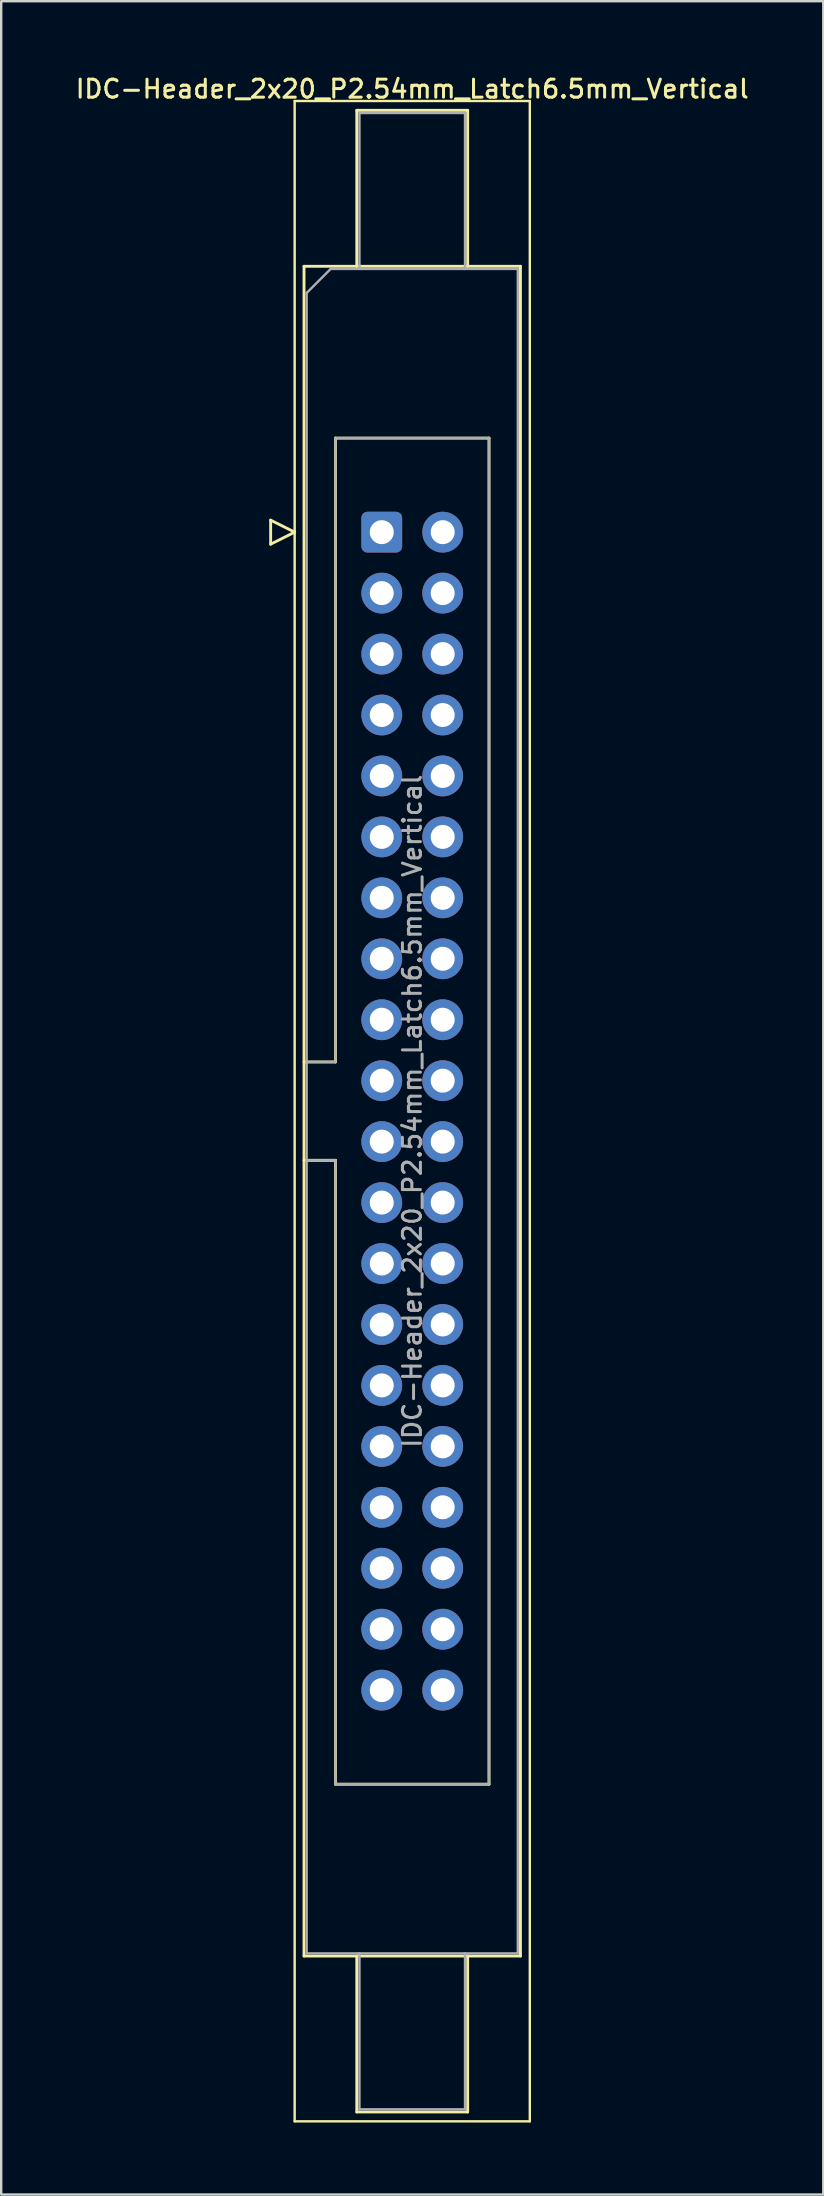
<source format=kicad_pcb>
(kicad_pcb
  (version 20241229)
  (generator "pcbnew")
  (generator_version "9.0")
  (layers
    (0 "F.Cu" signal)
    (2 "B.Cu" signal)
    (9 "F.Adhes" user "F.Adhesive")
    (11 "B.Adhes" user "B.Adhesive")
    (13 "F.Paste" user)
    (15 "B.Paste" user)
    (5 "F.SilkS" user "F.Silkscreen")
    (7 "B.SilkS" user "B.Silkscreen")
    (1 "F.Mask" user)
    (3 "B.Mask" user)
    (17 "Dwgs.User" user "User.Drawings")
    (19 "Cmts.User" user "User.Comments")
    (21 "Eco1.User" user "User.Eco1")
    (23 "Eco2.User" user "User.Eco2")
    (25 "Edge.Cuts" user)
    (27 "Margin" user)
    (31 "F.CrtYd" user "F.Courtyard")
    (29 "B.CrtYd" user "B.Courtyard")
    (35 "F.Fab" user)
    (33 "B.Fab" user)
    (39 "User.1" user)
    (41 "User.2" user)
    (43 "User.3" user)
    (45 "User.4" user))
  (footprint "IDC-Header_2x20_P2.54mm_Latch6.5mm_Vertical"
    (layer "F.Cu")
    (at 12.86 19.128)
    (property "Reference" "IDC-Header_2x20_P2.54mm_Latch6.5mm_Vertical" (at 1.27 -18.47 0) (layer "F.SilkS") (effects (font (size 0.75 0.75) (thickness 0.125))))
    (attr through_hole)
    (fp_line (start -4.63 -0.5) (end -4.63 0.5) (stroke (width 0.12) (type solid)) (layer "F.SilkS"))
    (fp_line (start -4.63 0.5) (end -3.63 0) (stroke (width 0.12) (type solid)) (layer "F.SilkS"))
    (fp_line (start -3.63 -17.97) (end -3.63 66.23) (stroke (width 0.1) (type solid)) (layer "F.SilkS"))
    (fp_line (start -3.63 0) (end -4.63 -0.5) (stroke (width 0.12) (type solid)) (layer "F.SilkS"))
    (fp_line (start -3.63 66.23) (end 6.17 66.23) (stroke (width 0.1) (type solid)) (layer "F.SilkS"))
    (fp_line (start -3.24 -11.08) (end 5.78 -11.08) (stroke (width 0.12) (type solid)) (layer "F.SilkS"))
    (fp_line (start -3.24 22.08) (end -1.93 22.08) (stroke (width 0.12) (type solid)) (layer "F.SilkS"))
    (fp_line (start -3.24 59.34) (end -3.24 -11.08) (stroke (width 0.12) (type solid)) (layer "F.SilkS"))
    (fp_line (start -1.93 -3.92) (end 4.47 -3.92) (stroke (width 0.12) (type solid)) (layer "F.SilkS"))
    (fp_line (start -1.93 22.08) (end -1.93 -3.92) (stroke (width 0.12) (type solid)) (layer "F.SilkS"))
    (fp_line (start -1.93 26.18) (end -3.24 26.18) (stroke (width 0.12) (type solid)) (layer "F.SilkS"))
    (fp_line (start -1.93 26.18) (end -1.93 26.18) (stroke (width 0.12) (type solid)) (layer "F.SilkS"))
    (fp_line (start -1.93 52.18) (end -1.93 26.18) (stroke (width 0.12) (type solid)) (layer "F.SilkS"))
    (fp_line (start -1.04 -17.58) (end 3.58 -17.58) (stroke (width 0.12) (type solid)) (layer "F.SilkS"))
    (fp_line (start -1.04 -11.08) (end -1.04 -17.58) (stroke (width 0.12) (type solid)) (layer "F.SilkS"))
    (fp_line (start -1.04 59.34) (end -1.04 65.84) (stroke (width 0.12) (type solid)) (layer "F.SilkS"))
    (fp_line (start -1.04 65.84) (end 3.58 65.84) (stroke (width 0.12) (type solid)) (layer "F.SilkS"))
    (fp_line (start 3.58 -17.58) (end 3.58 -11.08) (stroke (width 0.12) (type solid)) (layer "F.SilkS"))
    (fp_line (start 3.58 65.84) (end 3.58 59.34) (stroke (width 0.12) (type solid)) (layer "F.SilkS"))
    (fp_line (start 4.47 -3.92) (end 4.47 52.18) (stroke (width 0.12) (type solid)) (layer "F.SilkS"))
    (fp_line (start 4.47 52.18) (end -1.93 52.18) (stroke (width 0.12) (type solid)) (layer "F.SilkS"))
    (fp_line (start 5.78 -11.08) (end 5.78 59.34) (stroke (width 0.12) (type solid)) (layer "F.SilkS"))
    (fp_line (start 5.78 59.34) (end -3.24 59.34) (stroke (width 0.12) (type solid)) (layer "F.SilkS"))
    (fp_line (start 6.17 -17.97) (end -3.63 -17.97) (stroke (width 0.1) (type solid)) (layer "F.SilkS"))
    (fp_line (start 6.17 66.23) (end 6.17 -17.97) (stroke (width 0.1) (type solid)) (layer "F.SilkS"))
    (fp_line (start -3.13 -9.97) (end -2.13 -10.97) (stroke (width 0.1) (type solid)) (layer "F.Fab"))
    (fp_line (start -3.13 22.08) (end -1.93 22.08) (stroke (width 0.1) (type solid)) (layer "F.Fab"))
    (fp_line (start -3.13 59.23) (end -3.13 -9.97) (stroke (width 0.1) (type solid)) (layer "F.Fab"))
    (fp_line (start -2.13 -10.97) (end 5.67 -10.97) (stroke (width 0.1) (type solid)) (layer "F.Fab"))
    (fp_line (start -1.93 -3.92) (end 4.47 -3.92) (stroke (width 0.1) (type solid)) (layer "F.Fab"))
    (fp_line (start -1.93 22.08) (end -1.93 -3.92) (stroke (width 0.1) (type solid)) (layer "F.Fab"))
    (fp_line (start -1.93 26.18) (end -3.13 26.18) (stroke (width 0.1) (type solid)) (layer "F.Fab"))
    (fp_line (start -1.93 26.18) (end -1.93 26.18) (stroke (width 0.1) (type solid)) (layer "F.Fab"))
    (fp_line (start -1.93 52.18) (end -1.93 26.18) (stroke (width 0.1) (type solid)) (layer "F.Fab"))
    (fp_line (start -0.93 -17.47) (end 3.47 -17.47) (stroke (width 0.1) (type solid)) (layer "F.Fab"))
    (fp_line (start -0.93 -10.97) (end -0.93 -17.47) (stroke (width 0.1) (type solid)) (layer "F.Fab"))
    (fp_line (start -0.93 59.23) (end -0.93 65.73) (stroke (width 0.1) (type solid)) (layer "F.Fab"))
    (fp_line (start -0.93 65.73) (end 3.47 65.73) (stroke (width 0.1) (type solid)) (layer "F.Fab"))
    (fp_line (start 3.47 -17.47) (end 3.47 -10.97) (stroke (width 0.1) (type solid)) (layer "F.Fab"))
    (fp_line (start 3.47 65.73) (end 3.47 59.23) (stroke (width 0.1) (type solid)) (layer "F.Fab"))
    (fp_line (start 4.47 -3.92) (end 4.47 52.18) (stroke (width 0.1) (type solid)) (layer "F.Fab"))
    (fp_line (start 4.47 52.18) (end -1.93 52.18) (stroke (width 0.1) (type solid)) (layer "F.Fab"))
    (fp_line (start 5.67 -10.97) (end 5.67 59.23) (stroke (width 0.1) (type solid)) (layer "F.Fab"))
    (fp_line (start 5.67 59.23) (end -3.13 59.23) (stroke (width 0.1) (type solid)) (layer "F.Fab"))
    (fp_text user "${REFERENCE}" (at 1.27 24.13 90) (layer "F.Fab") (effects (font (size 0.75 0.75) (thickness 0.125))))
    (pad "1" thru_hole roundrect (at 0 0) (size 1.7 1.7) (drill 1) (layers "*.Cu" "*.Mask") (roundrect_rratio 0.147))
    (pad "2" thru_hole circle (at 2.54 0) (size 1.7 1.7) (drill 1) (layers "*.Cu" "*.Mask"))
    (pad "3" thru_hole circle (at 0 2.54) (size 1.7 1.7) (drill 1) (layers "*.Cu" "*.Mask"))
    (pad "4" thru_hole circle (at 2.54 2.54) (size 1.7 1.7) (drill 1) (layers "*.Cu" "*.Mask"))
    (pad "5" thru_hole circle (at 0 5.08) (size 1.7 1.7) (drill 1) (layers "*.Cu" "*.Mask"))
    (pad "6" thru_hole circle (at 2.54 5.08) (size 1.7 1.7) (drill 1) (layers "*.Cu" "*.Mask"))
    (pad "7" thru_hole circle (at 0 7.62) (size 1.7 1.7) (drill 1) (layers "*.Cu" "*.Mask"))
    (pad "8" thru_hole circle (at 2.54 7.62) (size 1.7 1.7) (drill 1) (layers "*.Cu" "*.Mask"))
    (pad "9" thru_hole circle (at 0 10.16) (size 1.7 1.7) (drill 1) (layers "*.Cu" "*.Mask"))
    (pad "10" thru_hole circle (at 2.54 10.16) (size 1.7 1.7) (drill 1) (layers "*.Cu" "*.Mask"))
    (pad "11" thru_hole circle (at 0 12.7) (size 1.7 1.7) (drill 1) (layers "*.Cu" "*.Mask"))
    (pad "12" thru_hole circle (at 2.54 12.7) (size 1.7 1.7) (drill 1) (layers "*.Cu" "*.Mask"))
    (pad "13" thru_hole circle (at 0 15.24) (size 1.7 1.7) (drill 1) (layers "*.Cu" "*.Mask"))
    (pad "14" thru_hole circle (at 2.54 15.24) (size 1.7 1.7) (drill 1) (layers "*.Cu" "*.Mask"))
    (pad "15" thru_hole circle (at 0 17.78) (size 1.7 1.7) (drill 1) (layers "*.Cu" "*.Mask"))
    (pad "16" thru_hole circle (at 2.54 17.78) (size 1.7 1.7) (drill 1) (layers "*.Cu" "*.Mask"))
    (pad "17" thru_hole circle (at 0 20.32) (size 1.7 1.7) (drill 1) (layers "*.Cu" "*.Mask"))
    (pad "18" thru_hole circle (at 2.54 20.32) (size 1.7 1.7) (drill 1) (layers "*.Cu" "*.Mask"))
    (pad "19" thru_hole circle (at 0 22.86) (size 1.7 1.7) (drill 1) (layers "*.Cu" "*.Mask"))
    (pad "20" thru_hole circle (at 2.54 22.86) (size 1.7 1.7) (drill 1) (layers "*.Cu" "*.Mask"))
    (pad "21" thru_hole circle (at 0 25.4) (size 1.7 1.7) (drill 1) (layers "*.Cu" "*.Mask"))
    (pad "22" thru_hole circle (at 2.54 25.4) (size 1.7 1.7) (drill 1) (layers "*.Cu" "*.Mask"))
    (pad "23" thru_hole circle (at 0 27.94) (size 1.7 1.7) (drill 1) (layers "*.Cu" "*.Mask"))
    (pad "24" thru_hole circle (at 2.54 27.94) (size 1.7 1.7) (drill 1) (layers "*.Cu" "*.Mask"))
    (pad "25" thru_hole circle (at 0 30.48) (size 1.7 1.7) (drill 1) (layers "*.Cu" "*.Mask"))
    (pad "26" thru_hole circle (at 2.54 30.48) (size 1.7 1.7) (drill 1) (layers "*.Cu" "*.Mask"))
    (pad "27" thru_hole circle (at 0 33.02) (size 1.7 1.7) (drill 1) (layers "*.Cu" "*.Mask"))
    (pad "28" thru_hole circle (at 2.54 33.02) (size 1.7 1.7) (drill 1) (layers "*.Cu" "*.Mask"))
    (pad "29" thru_hole circle (at 0 35.56) (size 1.7 1.7) (drill 1) (layers "*.Cu" "*.Mask"))
    (pad "30" thru_hole circle (at 2.54 35.56) (size 1.7 1.7) (drill 1) (layers "*.Cu" "*.Mask"))
    (pad "31" thru_hole circle (at 0 38.1) (size 1.7 1.7) (drill 1) (layers "*.Cu" "*.Mask"))
    (pad "32" thru_hole circle (at 2.54 38.1) (size 1.7 1.7) (drill 1) (layers "*.Cu" "*.Mask"))
    (pad "33" thru_hole circle (at 0 40.64) (size 1.7 1.7) (drill 1) (layers "*.Cu" "*.Mask"))
    (pad "34" thru_hole circle (at 2.54 40.64) (size 1.7 1.7) (drill 1) (layers "*.Cu" "*.Mask"))
    (pad "35" thru_hole circle (at 0 43.18) (size 1.7 1.7) (drill 1) (layers "*.Cu" "*.Mask"))
    (pad "36" thru_hole circle (at 2.54 43.18) (size 1.7 1.7) (drill 1) (layers "*.Cu" "*.Mask"))
    (pad "37" thru_hole circle (at 0 45.72) (size 1.7 1.7) (drill 1) (layers "*.Cu" "*.Mask"))
    (pad "38" thru_hole circle (at 2.54 45.72) (size 1.7 1.7) (drill 1) (layers "*.Cu" "*.Mask"))
    (pad "39" thru_hole circle (at 0 48.26) (size 1.7 1.7) (drill 1) (layers "*.Cu" "*.Mask"))
    (pad "40" thru_hole circle (at 2.54 48.26) (size 1.7 1.7) (drill 1) (layers "*.Cu" "*.Mask")))
  (gr_rect
    (start -3 -3)
    (end 31.261 88.408)
    (stroke (width 0.1) (type default))
    (fill no)
    (layer "Edge.Cuts")))
</source>
